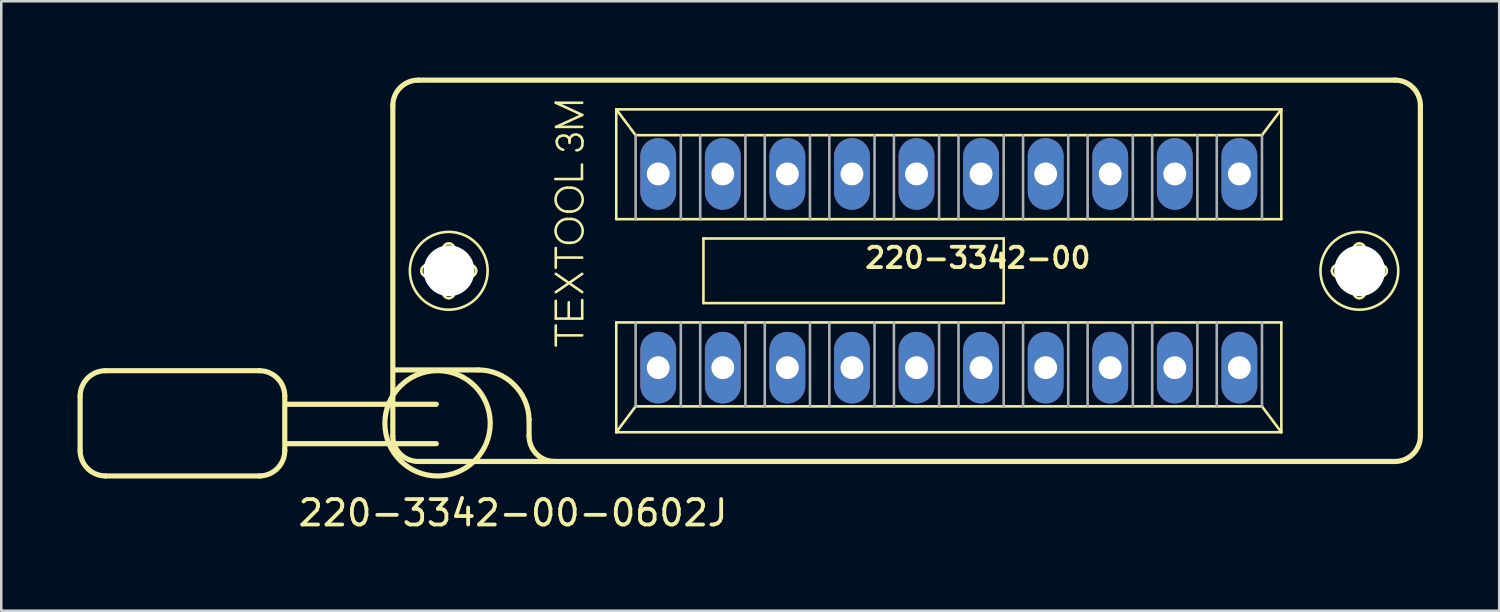
<source format=kicad_pcb>
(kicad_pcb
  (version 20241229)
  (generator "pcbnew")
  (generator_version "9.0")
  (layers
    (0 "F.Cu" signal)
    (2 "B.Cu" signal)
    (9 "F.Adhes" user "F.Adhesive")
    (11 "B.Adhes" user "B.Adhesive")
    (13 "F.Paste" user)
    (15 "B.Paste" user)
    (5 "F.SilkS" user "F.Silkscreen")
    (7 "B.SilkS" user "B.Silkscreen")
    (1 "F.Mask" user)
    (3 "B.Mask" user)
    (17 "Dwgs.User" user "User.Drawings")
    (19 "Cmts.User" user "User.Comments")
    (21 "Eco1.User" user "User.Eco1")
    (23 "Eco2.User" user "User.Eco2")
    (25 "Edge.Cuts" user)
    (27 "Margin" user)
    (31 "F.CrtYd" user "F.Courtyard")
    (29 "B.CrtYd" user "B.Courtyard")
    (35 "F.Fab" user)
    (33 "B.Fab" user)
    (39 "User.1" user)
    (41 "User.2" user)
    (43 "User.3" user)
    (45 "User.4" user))
  (footprint "220-3342-00-0602J"
    (layer "F.Cu")
    (at 34.272 7.602)
    (property "Reference" "220-3342-00-0602J" (at -17.145 9.525 0) (layer "F.SilkS") (effects (font (size 1 1) (thickness 0.15))))
    (attr through_hole)
    (fp_line (start -34.17 4.93) (end -34.17 7.07) (stroke (width 0.203) (type solid)) (layer "F.SilkS"))
    (fp_line (start -33.17 3.93) (end -27.12 3.93) (stroke (width 0.203) (type solid)) (layer "F.SilkS"))
    (fp_line (start -27.12 8.07) (end -33.17 8.07) (stroke (width 0.203) (type solid)) (layer "F.SilkS"))
    (fp_line (start -26.12 4.93) (end -26.12 7.07) (stroke (width 0.203) (type solid)) (layer "F.SilkS"))
    (fp_line (start -21.87 6.5) (end -21.87 -6.5) (stroke (width 0.203) (type solid)) (layer "F.SilkS"))
    (fp_line (start -21.76 3.9) (end -18.51 3.9) (stroke (width 0.203) (type solid)) (layer "F.SilkS"))
    (fp_line (start -20.87 -7.5) (end 17.55 -7.5) (stroke (width 0.203) (type solid)) (layer "F.SilkS"))
    (fp_line (start -20.52 -0.23) (end -19.97 -0.23) (stroke (width 0.102) (type solid)) (layer "F.SilkS"))
    (fp_line (start -20.16 5.25) (end -26.07 5.25) (stroke (width 0.203) (type solid)) (layer "F.SilkS"))
    (fp_line (start -20.16 6.8) (end -26.07 6.8) (stroke (width 0.203) (type solid)) (layer "F.SilkS"))
    (fp_line (start -19.98 0.23) (end -20.52 0.23) (stroke (width 0.102) (type solid)) (layer "F.SilkS"))
    (fp_line (start -19.9 -0.31) (end -19.9 -0.85) (stroke (width 0.102) (type solid)) (layer "F.SilkS"))
    (fp_line (start -19.9 0.85) (end -19.9 0.3) (stroke (width 0.102) (type solid)) (layer "F.SilkS"))
    (fp_line (start -19.44 -0.85) (end -19.44 -0.3) (stroke (width 0.102) (type solid)) (layer "F.SilkS"))
    (fp_line (start -19.44 0.31) (end -19.44 0.85) (stroke (width 0.102) (type solid)) (layer "F.SilkS"))
    (fp_line (start -19.36 -0.23) (end -18.82 -0.23) (stroke (width 0.102) (type solid)) (layer "F.SilkS"))
    (fp_line (start -18.82 0.23) (end -19.37 0.23) (stroke (width 0.102) (type solid)) (layer "F.SilkS"))
    (fp_line (start -16.51 5.85) (end -16.51 6.5) (stroke (width 0.203) (type solid)) (layer "F.SilkS"))
    (fp_line (start -15.48 -3.61) (end -14.43 -3.61) (stroke (width 0.102) (type solid)) (layer "F.SilkS"))
    (fp_line (start -15.46 -6.61) (end -14.42 -6.61) (stroke (width 0.102) (type solid)) (layer "F.SilkS"))
    (fp_line (start -15.46 -0.12) (end -15.46 -0.9) (stroke (width 0.102) (type solid)) (layer "F.SilkS"))
    (fp_line (start -15.46 0.12) (end -14.42 0.84) (stroke (width 0.102) (type solid)) (layer "F.SilkS"))
    (fp_line (start -15.46 0.84) (end -14.42 0.12) (stroke (width 0.102) (type solid)) (layer "F.SilkS"))
    (fp_line (start -15.46 1.18) (end -15.46 1.88) (stroke (width 0.102) (type solid)) (layer "F.SilkS"))
    (fp_line (start -15.46 1.88) (end -14.42 1.88) (stroke (width 0.102) (type solid)) (layer "F.SilkS"))
    (fp_line (start -15.46 2.94) (end -15.46 2.15) (stroke (width 0.102) (type solid)) (layer "F.SilkS"))
    (fp_line (start -15.45 -5.66) (end -14.42 -6.13) (stroke (width 0.102) (type solid)) (layer "F.SilkS"))
    (fp_line (start -15.45 2.54) (end -14.42 2.54) (stroke (width 0.102) (type solid)) (layer "F.SilkS"))
    (fp_line (start -15.44 -0.52) (end -14.42 -0.52) (stroke (width 0.102) (type solid)) (layer "F.SilkS"))
    (fp_line (start -15 -3.27) (end -14.87 -3.27) (stroke (width 0.102) (type solid)) (layer "F.SilkS"))
    (fp_line (start -15 -2.33) (end -14.87 -2.33) (stroke (width 0.102) (type solid)) (layer "F.SilkS"))
    (fp_line (start -15 -2.04) (end -14.87 -2.04) (stroke (width 0.102) (type solid)) (layer "F.SilkS"))
    (fp_line (start -15 -1.1) (end -14.87 -1.1) (stroke (width 0.102) (type solid)) (layer "F.SilkS"))
    (fp_line (start -14.95 1.24) (end -14.95 1.84) (stroke (width 0.102) (type solid)) (layer "F.SilkS"))
    (fp_line (start -14.92 -5.03) (end -14.92 -5.12) (stroke (width 0.102) (type solid)) (layer "F.SilkS"))
    (fp_line (start -14.43 -3.61) (end -14.43 -4.18) (stroke (width 0.102) (type solid)) (layer "F.SilkS"))
    (fp_line (start -14.42 -6.13) (end -15.46 -6.61) (stroke (width 0.102) (type solid)) (layer "F.SilkS"))
    (fp_line (start -14.42 -5.66) (end -15.45 -5.66) (stroke (width 0.102) (type solid)) (layer "F.SilkS"))
    (fp_line (start -14.42 1.88) (end -14.42 1.15) (stroke (width 0.102) (type solid)) (layer "F.SilkS"))
    (fp_line (start -13.081 -6.35) (end 13.081 -6.35) (stroke (width 0.102) (type solid)) (layer "F.SilkS"))
    (fp_line (start -13.081 -2.032) (end -13.081 -6.35) (stroke (width 0.102) (type solid)) (layer "F.SilkS"))
    (fp_line (start -13.081 2.032) (end 13.081 2.032) (stroke (width 0.102) (type solid)) (layer "F.SilkS"))
    (fp_line (start -13.081 6.35) (end -13.081 2.032) (stroke (width 0.102) (type solid)) (layer "F.SilkS"))
    (fp_line (start -13.081 6.35) (end -12.319 5.334) (stroke (width 0.102) (type solid)) (layer "F.SilkS"))
    (fp_line (start -12.319 -5.334) (end -13.081 -6.35) (stroke (width 0.102) (type solid)) (layer "F.SilkS"))
    (fp_line (start -12.319 5.334) (end 12.319 5.334) (stroke (width 0.102) (type solid)) (layer "F.SilkS"))
    (fp_line (start -9.652 -1.27) (end 2.159 -1.27) (stroke (width 0.102) (type solid)) (layer "F.SilkS"))
    (fp_line (start -9.652 1.27) (end -9.652 -1.27) (stroke (width 0.102) (type solid)) (layer "F.SilkS"))
    (fp_line (start 2.159 -1.27) (end 2.159 1.27) (stroke (width 0.102) (type solid)) (layer "F.SilkS"))
    (fp_line (start 2.159 1.27) (end -9.652 1.27) (stroke (width 0.102) (type solid)) (layer "F.SilkS"))
    (fp_line (start 12.319 -5.334) (end -12.319 -5.334) (stroke (width 0.102) (type solid)) (layer "F.SilkS"))
    (fp_line (start 12.319 5.334) (end 13.081 6.35) (stroke (width 0.102) (type solid)) (layer "F.SilkS"))
    (fp_line (start 13.081 -6.35) (end 12.319 -5.334) (stroke (width 0.102) (type solid)) (layer "F.SilkS"))
    (fp_line (start 13.081 -6.35) (end 13.081 -2.032) (stroke (width 0.102) (type solid)) (layer "F.SilkS"))
    (fp_line (start 13.081 -2.032) (end -13.081 -2.032) (stroke (width 0.102) (type solid)) (layer "F.SilkS"))
    (fp_line (start 13.081 2.032) (end 13.081 6.35) (stroke (width 0.102) (type solid)) (layer "F.SilkS"))
    (fp_line (start 13.081 6.35) (end -13.081 6.35) (stroke (width 0.102) (type solid)) (layer "F.SilkS"))
    (fp_line (start 15.3 -0.23) (end 15.85 -0.23) (stroke (width 0.102) (type solid)) (layer "F.SilkS"))
    (fp_line (start 15.84 0.23) (end 15.3 0.23) (stroke (width 0.102) (type solid)) (layer "F.SilkS"))
    (fp_line (start 15.92 -0.31) (end 15.92 -0.85) (stroke (width 0.102) (type solid)) (layer "F.SilkS"))
    (fp_line (start 15.92 0.85) (end 15.92 0.3) (stroke (width 0.102) (type solid)) (layer "F.SilkS"))
    (fp_line (start 16.38 -0.85) (end 16.38 -0.3) (stroke (width 0.102) (type solid)) (layer "F.SilkS"))
    (fp_line (start 16.38 0.31) (end 16.38 0.85) (stroke (width 0.102) (type solid)) (layer "F.SilkS"))
    (fp_line (start 16.46 -0.23) (end 17 -0.23) (stroke (width 0.102) (type solid)) (layer "F.SilkS"))
    (fp_line (start 17 0.23) (end 16.45 0.23) (stroke (width 0.102) (type solid)) (layer "F.SilkS"))
    (fp_line (start 17.55 7.5) (end -20.87 7.5) (stroke (width 0.203) (type solid)) (layer "F.SilkS"))
    (fp_line (start 18.55 -6.5) (end 18.55 6.5) (stroke (width 0.203) (type solid)) (layer "F.SilkS"))
    (fp_arc (start -34.17 4.93) (mid -33.877107 4.222893) (end -33.17 3.93) (stroke (width 0.2032) (type solid)) (layer "F.SilkS"))
    (fp_arc (start -33.17 8.07) (mid -33.877107 7.777107) (end -34.17 7.07) (stroke (width 0.2032) (type solid)) (layer "F.SilkS"))
    (fp_arc (start -27.12 3.93) (mid -26.412893 4.222893) (end -26.12 4.93) (stroke (width 0.2032) (type solid)) (layer "F.SilkS"))
    (fp_arc (start -26.12 7.07) (mid -26.412893 7.777107) (end -27.12 8.07) (stroke (width 0.2032) (type solid)) (layer "F.SilkS"))
    (fp_arc (start -21.87 -6.5) (mid -21.577107 -7.207107) (end -20.87 -7.5) (stroke (width 0.2032) (type solid)) (layer "F.SilkS"))
    (fp_arc (start -20.87 7.5) (mid -21.577107 7.207107) (end -21.87 6.5) (stroke (width 0.2032) (type solid)) (layer "F.SilkS"))
    (fp_arc (start -20.75 0) (mid -20.682635 -0.162635) (end -20.52 -0.23) (stroke (width 0.1016) (type solid)) (layer "F.SilkS"))
    (fp_arc (start -20.52 0.23) (mid -20.682635 0.162635) (end -20.75 0) (stroke (width 0.1016) (type solid)) (layer "F.SilkS"))
    (fp_arc (start -19.98 0.23) (mid -19.930503 0.250503) (end -19.91 0.3) (stroke (width 0.1016) (type solid)) (layer "F.SilkS"))
    (fp_arc (start -19.9 -0.85) (mid -19.832635 -1.012635) (end -19.67 -1.08) (stroke (width 0.1016) (type solid)) (layer "F.SilkS"))
    (fp_arc (start -19.9 -0.3) (mid -19.920503 -0.250503) (end -19.97 -0.23) (stroke (width 0.1016) (type solid)) (layer "F.SilkS"))
    (fp_arc (start -19.67 -1.08) (mid -19.507365 -1.012635) (end -19.44 -0.85) (stroke (width 0.1016) (type solid)) (layer "F.SilkS"))
    (fp_arc (start -19.67 1.08) (mid -19.832635 1.012635) (end -19.9 0.85) (stroke (width 0.1016) (type solid)) (layer "F.SilkS"))
    (fp_arc (start -19.44 0.3) (mid -19.419497 0.250503) (end -19.37 0.23) (stroke (width 0.1016) (type solid)) (layer "F.SilkS"))
    (fp_arc (start -19.44 0.85) (mid -19.507365 1.012635) (end -19.67 1.08) (stroke (width 0.1016) (type solid)) (layer "F.SilkS"))
    (fp_arc (start -19.37 -0.23) (mid -19.419497 -0.250503) (end -19.44 -0.3) (stroke (width 0.1016) (type solid)) (layer "F.SilkS"))
    (fp_arc (start -18.82 -0.23) (mid -18.657365 -0.162635) (end -18.59 0) (stroke (width 0.1016) (type solid)) (layer "F.SilkS"))
    (fp_arc (start -18.59 0) (mid -18.657365 0.162635) (end -18.82 0.23) (stroke (width 0.1016) (type solid)) (layer "F.SilkS"))
    (fp_arc (start -18.51 3.9) (mid -17.113341 4.46817) (end -16.51 5.85) (stroke (width 0.2032) (type solid)) (layer "F.SilkS"))
    (fp_arc (start -15.46 7.5) (mid -16.199286 7.225) (end -16.51 6.5) (stroke (width 0.2032) (type solid)) (layer "F.SilkS"))
    (fp_arc (start -15.42 -5.11) (mid -15.384621 -5.207696) (end -15.31 -5.28) (stroke (width 0.1016) (type solid)) (layer "F.SilkS"))
    (fp_arc (start -15.31 -5.28) (mid -15.177382 -5.322157) (end -15.04 -5.3) (stroke (width 0.1016) (type solid)) (layer "F.SilkS"))
    (fp_arc (start -15.17 -4.76) (mid -15.36297 -4.88645) (end -15.42 -5.11) (stroke (width 0.1016) (type solid)) (layer "F.SilkS"))
    (fp_arc (start -15.04 -5.3) (mid -14.95275 -5.228167) (end -14.92 -5.12) (stroke (width 0.1016) (type solid)) (layer "F.SilkS"))
    (fp_arc (start -15 -2.33) (mid -15.47 -2.8) (end -15 -3.27) (stroke (width 0.1016) (type solid)) (layer "F.SilkS"))
    (fp_arc (start -15 -1.1) (mid -15.47 -1.57) (end -15 -2.04) (stroke (width 0.1016) (type solid)) (layer "F.SilkS"))
    (fp_arc (start -14.92 -5.12) (mid -14.887891 -5.240938) (end -14.8 -5.33) (stroke (width 0.1016) (type solid)) (layer "F.SilkS"))
    (fp_arc (start -14.87 -3.27) (mid -14.4 -2.8) (end -14.87 -2.33) (stroke (width 0.1016) (type solid)) (layer "F.SilkS"))
    (fp_arc (start -14.87 -2.04) (mid -14.4 -1.57) (end -14.87 -1.1) (stroke (width 0.1016) (type solid)) (layer "F.SilkS"))
    (fp_arc (start -14.8 -5.33) (mid -14.656886 -5.363595) (end -14.52 -5.31) (stroke (width 0.1016) (type solid)) (layer "F.SilkS"))
    (fp_arc (start -14.52 -5.31) (mid -14.445084 -5.220954) (end -14.41 -5.11) (stroke (width 0.1016) (type solid)) (layer "F.SilkS"))
    (fp_arc (start -14.42 -4.92) (mid -14.502524 -4.788503) (end -14.65 -4.74) (stroke (width 0.1016) (type solid)) (layer "F.SilkS"))
    (fp_arc (start -14.41 -5.11) (mid -14.407277 -5.014593) (end -14.42 -4.92) (stroke (width 0.1016) (type solid)) (layer "F.SilkS"))
    (fp_arc (start 15.07 0) (mid 15.137365 -0.162635) (end 15.3 -0.23) (stroke (width 0.1016) (type solid)) (layer "F.SilkS"))
    (fp_arc (start 15.3 0.23) (mid 15.137365 0.162635) (end 15.07 0) (stroke (width 0.1016) (type solid)) (layer "F.SilkS"))
    (fp_arc (start 15.84 0.23) (mid 15.889497 0.250503) (end 15.91 0.3) (stroke (width 0.1016) (type solid)) (layer "F.SilkS"))
    (fp_arc (start 15.92 -0.85) (mid 15.987365 -1.012635) (end 16.15 -1.08) (stroke (width 0.1016) (type solid)) (layer "F.SilkS"))
    (fp_arc (start 15.92 -0.3) (mid 15.899497 -0.250503) (end 15.85 -0.23) (stroke (width 0.1016) (type solid)) (layer "F.SilkS"))
    (fp_arc (start 16.15 -1.08) (mid 16.312635 -1.012635) (end 16.38 -0.85) (stroke (width 0.1016) (type solid)) (layer "F.SilkS"))
    (fp_arc (start 16.15 1.08) (mid 15.987365 1.012635) (end 15.92 0.85) (stroke (width 0.1016) (type solid)) (layer "F.SilkS"))
    (fp_arc (start 16.38 0.3) (mid 16.400503 0.250503) (end 16.45 0.23) (stroke (width 0.1016) (type solid)) (layer "F.SilkS"))
    (fp_arc (start 16.38 0.85) (mid 16.312635 1.012635) (end 16.15 1.08) (stroke (width 0.1016) (type solid)) (layer "F.SilkS"))
    (fp_arc (start 16.45 -0.23) (mid 16.400503 -0.250503) (end 16.38 -0.3) (stroke (width 0.1016) (type solid)) (layer "F.SilkS"))
    (fp_arc (start 17 -0.23) (mid 17.162635 -0.162635) (end 17.23 0) (stroke (width 0.1016) (type solid)) (layer "F.SilkS"))
    (fp_arc (start 17.23 0) (mid 17.162635 0.162635) (end 17 0.23) (stroke (width 0.1016) (type solid)) (layer "F.SilkS"))
    (fp_arc (start 17.55 -7.5) (mid 18.257107 -7.207107) (end 18.55 -6.5) (stroke (width 0.2032) (type solid)) (layer "F.SilkS"))
    (fp_arc (start 18.55 6.5) (mid 18.257107 7.207107) (end 17.55 7.5) (stroke (width 0.2032) (type solid)) (layer "F.SilkS"))
    (fp_circle (center -20.11 6) (end -18.038 6) (stroke (width 0.203) (type solid)) (fill no) (layer "F.SilkS"))
    (fp_circle (center -19.67 0) (end -18.14 0) (stroke (width 0.102) (type solid)) (fill no) (layer "F.SilkS"))
    (fp_circle (center 16.15 0) (end 17.68 0) (stroke (width 0.102) (type solid)) (fill no) (layer "F.SilkS"))
    (fp_line (start -12.319 -5.334) (end -12.319 -2.032) (stroke (width 0.102) (type solid)) (layer "F.Fab"))
    (fp_line (start -12.319 2.032) (end -12.319 5.334) (stroke (width 0.102) (type solid)) (layer "F.Fab"))
    (fp_line (start -10.541 -2.032) (end -10.541 -5.334) (stroke (width 0.102) (type solid)) (layer "F.Fab"))
    (fp_line (start -10.541 2.032) (end -10.541 5.334) (stroke (width 0.102) (type solid)) (layer "F.Fab"))
    (fp_line (start -9.779 -2.032) (end -9.779 -5.334) (stroke (width 0.102) (type solid)) (layer "F.Fab"))
    (fp_line (start -9.779 2.032) (end -9.779 5.334) (stroke (width 0.102) (type solid)) (layer "F.Fab"))
    (fp_line (start -8.001 -2.032) (end -8.001 -5.334) (stroke (width 0.102) (type solid)) (layer "F.Fab"))
    (fp_line (start -8.001 2.032) (end -8.001 5.334) (stroke (width 0.102) (type solid)) (layer "F.Fab"))
    (fp_line (start -7.239 -2.032) (end -7.239 -5.334) (stroke (width 0.102) (type solid)) (layer "F.Fab"))
    (fp_line (start -7.239 2.032) (end -7.239 5.334) (stroke (width 0.102) (type solid)) (layer "F.Fab"))
    (fp_line (start -5.461 -2.032) (end -5.461 -5.334) (stroke (width 0.102) (type solid)) (layer "F.Fab"))
    (fp_line (start -5.461 2.032) (end -5.461 5.334) (stroke (width 0.102) (type solid)) (layer "F.Fab"))
    (fp_line (start -4.699 -2.032) (end -4.699 -5.334) (stroke (width 0.102) (type solid)) (layer "F.Fab"))
    (fp_line (start -4.699 2.032) (end -4.699 5.334) (stroke (width 0.102) (type solid)) (layer "F.Fab"))
    (fp_line (start -2.921 -2.032) (end -2.921 -5.334) (stroke (width 0.102) (type solid)) (layer "F.Fab"))
    (fp_line (start -2.921 2.032) (end -2.921 5.334) (stroke (width 0.102) (type solid)) (layer "F.Fab"))
    (fp_line (start -2.159 -2.032) (end -2.159 -5.334) (stroke (width 0.102) (type solid)) (layer "F.Fab"))
    (fp_line (start -2.159 2.032) (end -2.159 5.334) (stroke (width 0.102) (type solid)) (layer "F.Fab"))
    (fp_line (start -0.381 -2.032) (end -0.381 -5.334) (stroke (width 0.102) (type solid)) (layer "F.Fab"))
    (fp_line (start -0.381 2.032) (end -0.381 5.334) (stroke (width 0.102) (type solid)) (layer "F.Fab"))
    (fp_line (start 0.381 -2.032) (end 0.381 -5.334) (stroke (width 0.102) (type solid)) (layer "F.Fab"))
    (fp_line (start 0.381 2.032) (end 0.381 5.334) (stroke (width 0.102) (type solid)) (layer "F.Fab"))
    (fp_line (start 2.159 -2.032) (end 2.159 -5.334) (stroke (width 0.102) (type solid)) (layer "F.Fab"))
    (fp_line (start 2.159 2.032) (end 2.159 5.334) (stroke (width 0.102) (type solid)) (layer "F.Fab"))
    (fp_line (start 2.921 -2.032) (end 2.921 -5.334) (stroke (width 0.102) (type solid)) (layer "F.Fab"))
    (fp_line (start 2.921 2.032) (end 2.921 5.334) (stroke (width 0.102) (type solid)) (layer "F.Fab"))
    (fp_line (start 4.699 -2.032) (end 4.699 -5.334) (stroke (width 0.102) (type solid)) (layer "F.Fab"))
    (fp_line (start 4.699 2.032) (end 4.699 5.334) (stroke (width 0.102) (type solid)) (layer "F.Fab"))
    (fp_line (start 5.461 -2.032) (end 5.461 -5.334) (stroke (width 0.102) (type solid)) (layer "F.Fab"))
    (fp_line (start 5.461 2.032) (end 5.461 5.334) (stroke (width 0.102) (type solid)) (layer "F.Fab"))
    (fp_line (start 7.239 -2.032) (end 7.239 -5.334) (stroke (width 0.102) (type solid)) (layer "F.Fab"))
    (fp_line (start 7.239 2.032) (end 7.239 5.334) (stroke (width 0.102) (type solid)) (layer "F.Fab"))
    (fp_line (start 8.001 -2.032) (end 8.001 -5.334) (stroke (width 0.102) (type solid)) (layer "F.Fab"))
    (fp_line (start 8.001 2.032) (end 8.001 5.334) (stroke (width 0.102) (type solid)) (layer "F.Fab"))
    (fp_line (start 9.779 -2.032) (end 9.779 -5.334) (stroke (width 0.102) (type solid)) (layer "F.Fab"))
    (fp_line (start 9.779 2.032) (end 9.779 5.334) (stroke (width 0.102) (type solid)) (layer "F.Fab"))
    (fp_line (start 10.541 -2.032) (end 10.541 -5.334) (stroke (width 0.102) (type solid)) (layer "F.Fab"))
    (fp_line (start 10.541 2.032) (end 10.541 5.334) (stroke (width 0.102) (type solid)) (layer "F.Fab"))
    (fp_line (start 12.319 -2.032) (end 12.319 -5.334) (stroke (width 0.102) (type solid)) (layer "F.Fab"))
    (fp_line (start 12.319 5.334) (end 12.319 2.032) (stroke (width 0.102) (type solid)) (layer "F.Fab"))
    (fp_text user "220-3342-00" (at 1.143 -0.508 0) (layer "F.SilkS") (effects (font (size 0.8 0.8) (thickness 0.15))))
    (pad "" np_thru_hole circle (at -19.66 0) (size 2 2) (drill 2) (layers "*.Cu" "*.Mask"))
    (pad "" np_thru_hole circle (at 16.16 0) (size 2 2) (drill 2) (layers "*.Cu" "*.Mask"))
    (pad "1" thru_hole oval (at -11.43 3.81) (size 1.408 2.816) (drill 0.9) (layers "*.Cu" "*.Mask"))
    (pad "2" thru_hole oval (at -8.89 3.81) (size 1.408 2.816) (drill 0.9) (layers "*.Cu" "*.Mask"))
    (pad "3" thru_hole oval (at -6.35 3.81) (size 1.408 2.816) (drill 0.9) (layers "*.Cu" "*.Mask"))
    (pad "4" thru_hole oval (at -3.81 3.81) (size 1.408 2.816) (drill 0.9) (layers "*.Cu" "*.Mask"))
    (pad "5" thru_hole oval (at -1.27 3.81) (size 1.408 2.816) (drill 0.9) (layers "*.Cu" "*.Mask"))
    (pad "6" thru_hole oval (at 1.27 3.81) (size 1.408 2.816) (drill 0.9) (layers "*.Cu" "*.Mask"))
    (pad "7" thru_hole oval (at 3.81 3.81) (size 1.408 2.816) (drill 0.9) (layers "*.Cu" "*.Mask"))
    (pad "8" thru_hole oval (at 6.35 3.81) (size 1.408 2.816) (drill 0.9) (layers "*.Cu" "*.Mask"))
    (pad "9" thru_hole oval (at 8.89 3.81) (size 1.408 2.816) (drill 0.9) (layers "*.Cu" "*.Mask"))
    (pad "10" thru_hole oval (at 11.43 3.81) (size 1.408 2.816) (drill 0.9) (layers "*.Cu" "*.Mask"))
    (pad "11" thru_hole oval (at 11.43 -3.81) (size 1.408 2.816) (drill 0.9) (layers "*.Cu" "*.Mask"))
    (pad "12" thru_hole oval (at 8.89 -3.81) (size 1.408 2.816) (drill 0.9) (layers "*.Cu" "*.Mask"))
    (pad "13" thru_hole oval (at 6.35 -3.81) (size 1.408 2.816) (drill 0.9) (layers "*.Cu" "*.Mask"))
    (pad "14" thru_hole oval (at 3.81 -3.81) (size 1.408 2.816) (drill 0.9) (layers "*.Cu" "*.Mask"))
    (pad "15" thru_hole oval (at 1.27 -3.81) (size 1.408 2.816) (drill 0.9) (layers "*.Cu" "*.Mask"))
    (pad "16" thru_hole oval (at -1.27 -3.81) (size 1.408 2.816) (drill 0.9) (layers "*.Cu" "*.Mask"))
    (pad "17" thru_hole oval (at -3.81 -3.81) (size 1.408 2.816) (drill 0.9) (layers "*.Cu" "*.Mask"))
    (pad "18" thru_hole oval (at -6.35 -3.81) (size 1.408 2.816) (drill 0.9) (layers "*.Cu" "*.Mask"))
    (pad "19" thru_hole oval (at -8.89 -3.81) (size 1.408 2.816) (drill 0.9) (layers "*.Cu" "*.Mask"))
    (pad "20" thru_hole oval (at -11.43 -3.81) (size 1.408 2.816) (drill 0.9) (layers "*.Cu" "*.Mask")))
  (gr_rect
    (start -3 -3)
    (end 55.923 20.975)
    (stroke (width 0.1) (type default))
    (fill no)
    (layer "Edge.Cuts")))
</source>
